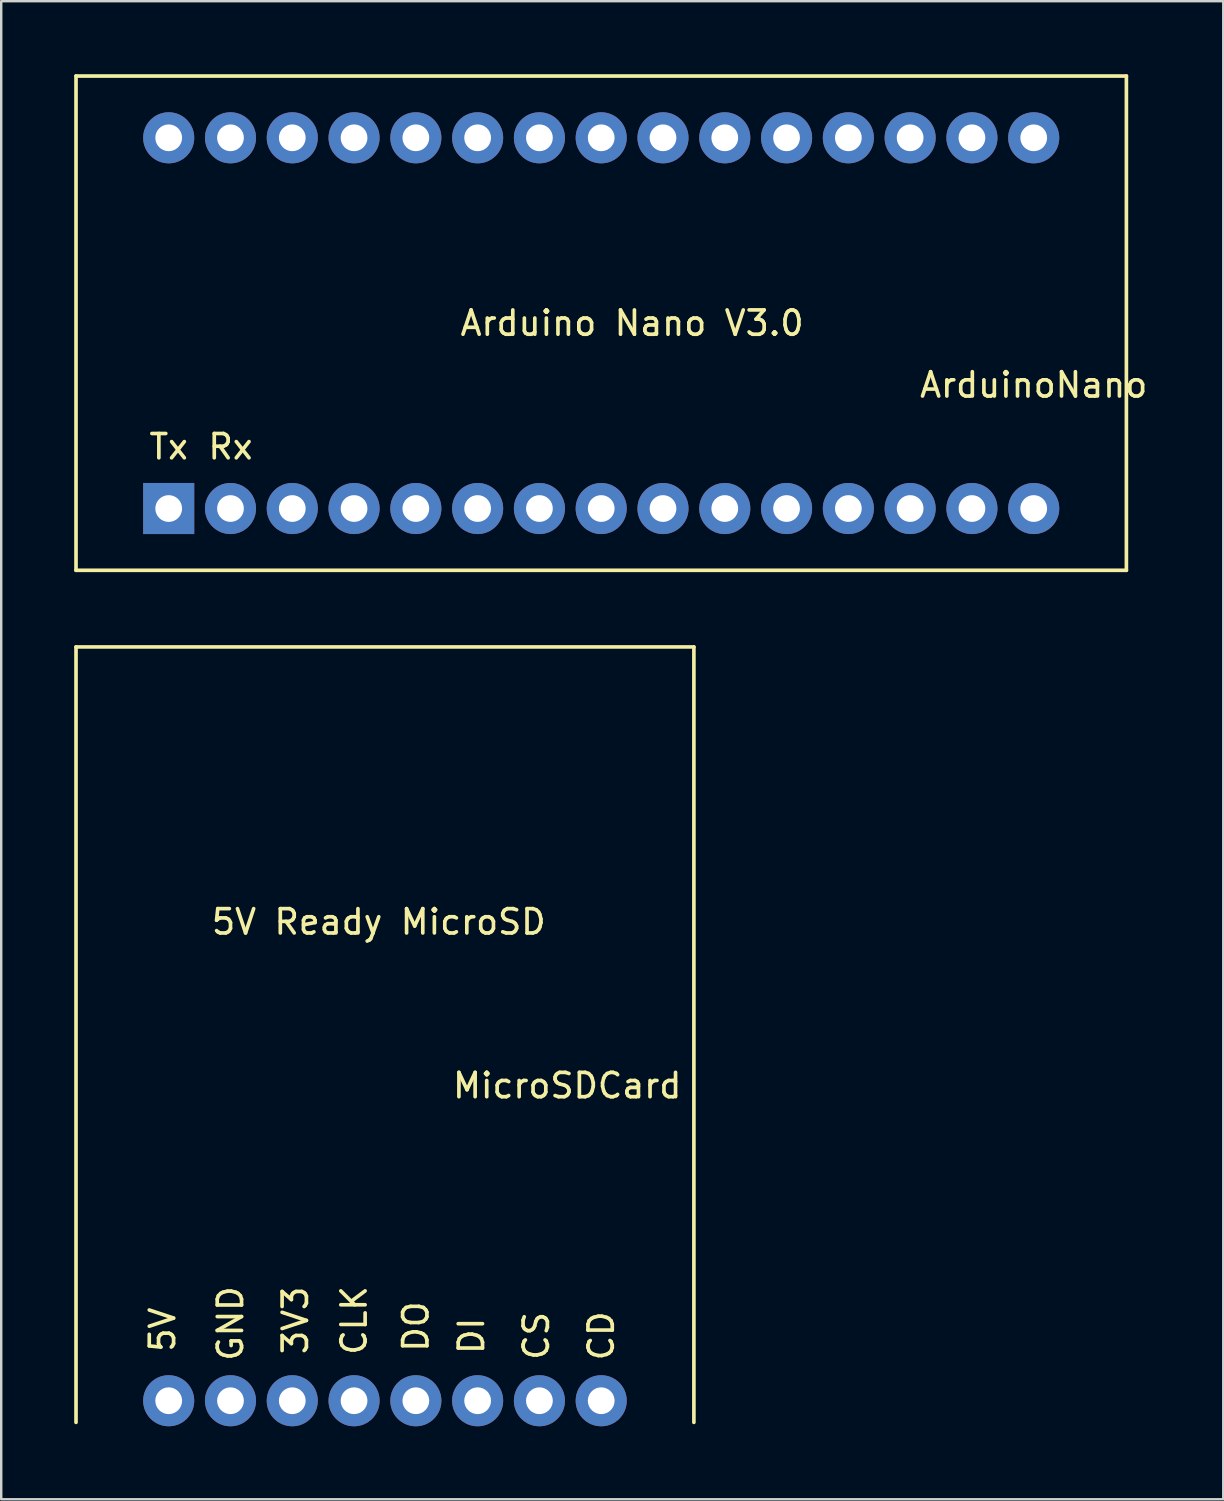
<source format=kicad_pcb>
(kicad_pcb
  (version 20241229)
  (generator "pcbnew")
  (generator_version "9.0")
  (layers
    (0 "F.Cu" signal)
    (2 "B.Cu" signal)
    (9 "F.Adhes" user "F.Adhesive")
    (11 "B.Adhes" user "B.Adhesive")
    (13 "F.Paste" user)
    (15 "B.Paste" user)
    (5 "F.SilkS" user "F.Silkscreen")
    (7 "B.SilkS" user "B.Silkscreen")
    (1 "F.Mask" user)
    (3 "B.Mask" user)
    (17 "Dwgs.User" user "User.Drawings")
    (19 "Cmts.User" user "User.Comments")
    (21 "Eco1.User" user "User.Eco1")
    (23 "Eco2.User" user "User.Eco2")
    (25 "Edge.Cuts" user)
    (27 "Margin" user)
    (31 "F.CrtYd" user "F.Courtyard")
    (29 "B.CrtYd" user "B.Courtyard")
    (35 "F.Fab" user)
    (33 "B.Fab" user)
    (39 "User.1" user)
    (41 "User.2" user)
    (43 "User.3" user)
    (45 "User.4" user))
  (footprint "ArduinoNano"
    (layer "F.Cu")
    (at 3.885 17.855)
    (property "Reference" "ArduinoNano" (at 35.56 -5.08 0) (layer "F.SilkS") (effects (font (size 1 1) (thickness 0.15))))
    (attr through_hole)
    (fp_line (start -3.81 -17.78) (end 39.37 -17.78) (stroke (width 0.15) (type solid)) (layer "F.SilkS"))
    (fp_line (start -3.81 2.54) (end -3.81 -17.78) (stroke (width 0.15) (type solid)) (layer "F.SilkS"))
    (fp_line (start 39.37 -17.78) (end 39.37 2.54) (stroke (width 0.15) (type solid)) (layer "F.SilkS"))
    (fp_line (start 39.37 2.54) (end -3.81 2.54) (stroke (width 0.15) (type solid)) (layer "F.SilkS"))
    (fp_text user "Rx" (at 2.54 -2.54 0) (layer "F.SilkS") (effects (font (size 1 1) (thickness 0.15))))
    (fp_text user "Tx" (at 0 -2.54 0) (layer "F.SilkS") (effects (font (size 1 1) (thickness 0.15))))
    (fp_text user "Arduino Nano V3.0" (at 19.05 -7.62 0) (layer "F.SilkS") (effects (font (size 1 1) (thickness 0.15))))
    (pad "1" thru_hole rect (at 0 0) (size 2.1 2.1) (drill 1.1) (layers "*.Cu" "*.Mask"))
    (pad "2" thru_hole circle (at 2.54 0) (size 2.1 2.1) (drill 1.1) (layers "*.Cu" "*.Mask"))
    (pad "3" thru_hole circle (at 5.08 0) (size 2.1 2.1) (drill 1.1) (layers "*.Cu" "*.Mask"))
    (pad "4" thru_hole circle (at 7.62 0) (size 2.1 2.1) (drill 1.1) (layers "*.Cu" "*.Mask"))
    (pad "5" thru_hole circle (at 10.16 0) (size 2.1 2.1) (drill 1.1) (layers "*.Cu" "*.Mask"))
    (pad "6" thru_hole circle (at 12.7 0) (size 2.1 2.1) (drill 1.1) (layers "*.Cu" "*.Mask"))
    (pad "7" thru_hole circle (at 15.24 0) (size 2.1 2.1) (drill 1.1) (layers "*.Cu" "*.Mask"))
    (pad "8" thru_hole circle (at 17.78 0) (size 2.1 2.1) (drill 1.1) (layers "*.Cu" "*.Mask"))
    (pad "9" thru_hole circle (at 20.32 0) (size 2.1 2.1) (drill 1.1) (layers "*.Cu" "*.Mask"))
    (pad "10" thru_hole circle (at 22.86 0) (size 2.1 2.1) (drill 1.1) (layers "*.Cu" "*.Mask"))
    (pad "11" thru_hole circle (at 25.4 0) (size 2.1 2.1) (drill 1.1) (layers "*.Cu" "*.Mask"))
    (pad "12" thru_hole circle (at 27.94 0) (size 2.1 2.1) (drill 1.1) (layers "*.Cu" "*.Mask"))
    (pad "13" thru_hole circle (at 30.48 0) (size 2.1 2.1) (drill 1.1) (layers "*.Cu" "*.Mask"))
    (pad "14" thru_hole circle (at 33.02 0) (size 2.1 2.1) (drill 1.1) (layers "*.Cu" "*.Mask"))
    (pad "15" thru_hole circle (at 35.56 0) (size 2.1 2.1) (drill 1.1) (layers "*.Cu" "*.Mask"))
    (pad "16" thru_hole circle (at 35.56 -15.24) (size 2.1 2.1) (drill 1.1) (layers "*.Cu" "*.Mask"))
    (pad "17" thru_hole circle (at 33.02 -15.24) (size 2.1 2.1) (drill 1.1) (layers "*.Cu" "*.Mask"))
    (pad "18" thru_hole circle (at 30.48 -15.24) (size 2.1 2.1) (drill 1.1) (layers "*.Cu" "*.Mask"))
    (pad "19" thru_hole circle (at 27.94 -15.24) (size 2.1 2.1) (drill 1.1) (layers "*.Cu" "*.Mask"))
    (pad "20" thru_hole circle (at 25.4 -15.24) (size 2.1 2.1) (drill 1.1) (layers "*.Cu" "*.Mask"))
    (pad "21" thru_hole circle (at 22.86 -15.24) (size 2.1 2.1) (drill 1.1) (layers "*.Cu" "*.Mask"))
    (pad "22" thru_hole circle (at 20.32 -15.24) (size 2.1 2.1) (drill 1.1) (layers "*.Cu" "*.Mask"))
    (pad "23" thru_hole circle (at 17.78 -15.24) (size 2.1 2.1) (drill 1.1) (layers "*.Cu" "*.Mask"))
    (pad "24" thru_hole circle (at 15.24 -15.24) (size 2.1 2.1) (drill 1.1) (layers "*.Cu" "*.Mask"))
    (pad "25" thru_hole circle (at 12.7 -15.24) (size 2.1 2.1) (drill 1.1) (layers "*.Cu" "*.Mask"))
    (pad "26" thru_hole circle (at 10.16 -15.24) (size 2.1 2.1) (drill 1.1) (layers "*.Cu" "*.Mask"))
    (pad "27" thru_hole circle (at 7.62 -15.24) (size 2.1 2.1) (drill 1.1) (layers "*.Cu" "*.Mask"))
    (pad "28" thru_hole circle (at 5.08 -15.24) (size 2.1 2.1) (drill 1.1) (layers "*.Cu" "*.Mask"))
    (pad "29" thru_hole circle (at 2.54 -15.24) (size 2.1 2.1) (drill 1.1) (layers "*.Cu" "*.Mask"))
    (pad "30" thru_hole circle (at 0 -15.24) (size 2.1 2.1) (drill 1.1) (layers "*.Cu" "*.Mask")))
  (footprint "MicroSDCard"
    (layer "F.Cu")
    (at 3.885 54.533)
    (property "Reference" "MicroSDCard" (at 16.383 -12.954 0) (layer "F.SilkS") (effects (font (size 1 1) (thickness 0.15))))
    (attr through_hole)
    (fp_line (start -3.81 -30.988) (end -3.81 0.889) (stroke (width 0.15) (type solid)) (layer "F.SilkS"))
    (fp_line (start 21.59 -30.988) (end -3.81 -30.988) (stroke (width 0.15) (type solid)) (layer "F.SilkS"))
    (fp_line (start 21.59 0.889) (end 21.59 -30.988) (stroke (width 0.15) (type solid)) (layer "F.SilkS"))
    (fp_text user "GND" (at 2.54 -3.175 90) (layer "F.SilkS") (effects (font (size 1 1) (thickness 0.15))))
    (fp_text user "CLK" (at 7.62 -3.302 90) (layer "F.SilkS") (effects (font (size 1 1) (thickness 0.15))))
    (fp_text user "5V" (at -0.254 -2.921 90) (layer "F.SilkS") (effects (font (size 1 1) (thickness 0.15))))
    (fp_text user "DO" (at 10.16 -3.048 90) (layer "F.SilkS") (effects (font (size 1 1) (thickness 0.15))))
    (fp_text user "CD" (at 17.78 -2.667 90) (layer "F.SilkS") (effects (font (size 1 1) (thickness 0.15))))
    (fp_text user "5V Ready MicroSD" (at 8.636 -19.685 0) (layer "F.SilkS") (effects (font (size 1 1) (thickness 0.15))))
    (fp_text user "DI" (at 12.446 -2.667 90) (layer "F.SilkS") (effects (font (size 1 1) (thickness 0.15))))
    (fp_text user "CS" (at 15.113 -2.667 90) (layer "F.SilkS") (effects (font (size 1 1) (thickness 0.15))))
    (fp_text user "3V3" (at 5.207 -3.302 90) (layer "F.SilkS") (effects (font (size 1 1) (thickness 0.15))))
    (pad "1" thru_hole circle (at 0 0) (size 2.1 2.1) (drill 1.1) (layers "*.Cu" "*.Mask"))
    (pad "2" thru_hole circle (at 2.54 0) (size 2.1 2.1) (drill 1.1) (layers "*.Cu" "*.Mask"))
    (pad "3" thru_hole circle (at 5.08 0) (size 2.1 2.1) (drill 1.1) (layers "*.Cu" "*.Mask"))
    (pad "4" thru_hole circle (at 7.62 0) (size 2.1 2.1) (drill 1.1) (layers "*.Cu" "*.Mask"))
    (pad "5" thru_hole circle (at 10.16 0) (size 2.1 2.1) (drill 1.1) (layers "*.Cu" "*.Mask"))
    (pad "6" thru_hole circle (at 12.7 0) (size 2.1 2.1) (drill 1.1) (layers "*.Cu" "*.Mask"))
    (pad "7" thru_hole circle (at 15.24 0) (size 2.1 2.1) (drill 1.1) (layers "*.Cu" "*.Mask"))
    (pad "8" thru_hole circle (at 17.78 0) (size 2.1 2.1) (drill 1.1) (layers "*.Cu" "*.Mask")))
  (gr_rect
    (start -3 -3)
    (end 47.237 58.583)
    (stroke (width 0.1) (type default))
    (fill no)
    (layer "Edge.Cuts")))
</source>
